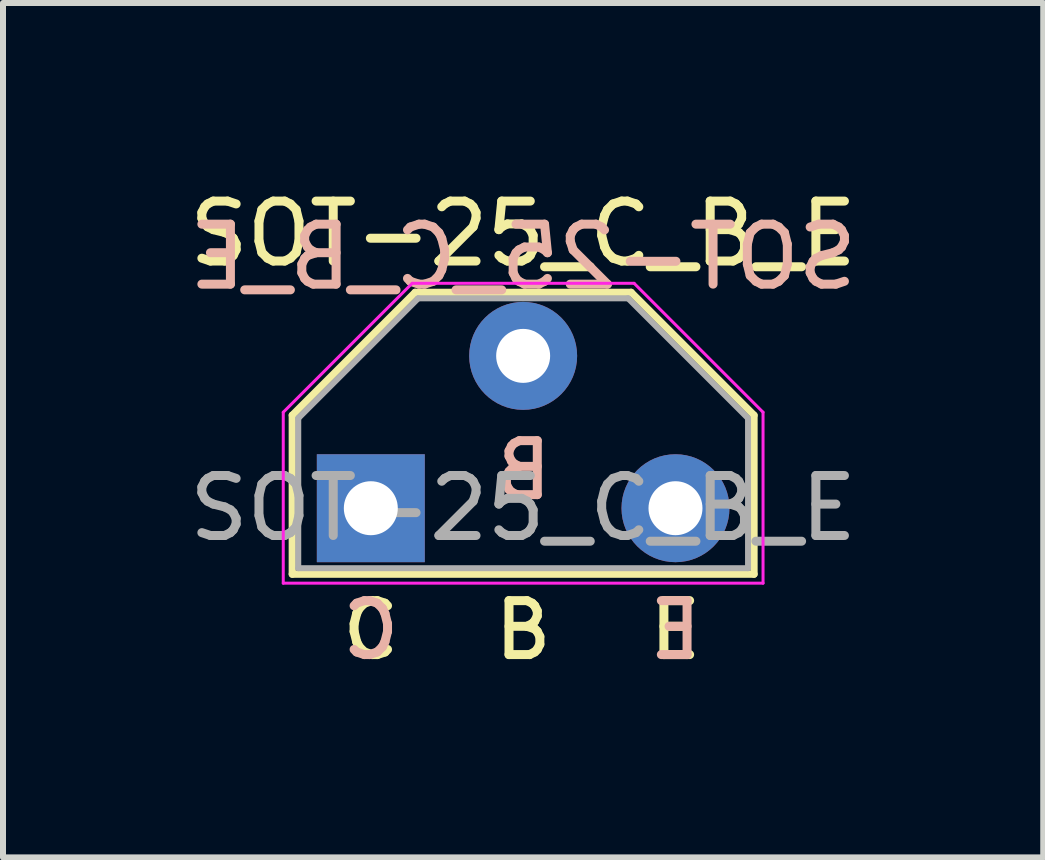
<source format=kicad_pcb>
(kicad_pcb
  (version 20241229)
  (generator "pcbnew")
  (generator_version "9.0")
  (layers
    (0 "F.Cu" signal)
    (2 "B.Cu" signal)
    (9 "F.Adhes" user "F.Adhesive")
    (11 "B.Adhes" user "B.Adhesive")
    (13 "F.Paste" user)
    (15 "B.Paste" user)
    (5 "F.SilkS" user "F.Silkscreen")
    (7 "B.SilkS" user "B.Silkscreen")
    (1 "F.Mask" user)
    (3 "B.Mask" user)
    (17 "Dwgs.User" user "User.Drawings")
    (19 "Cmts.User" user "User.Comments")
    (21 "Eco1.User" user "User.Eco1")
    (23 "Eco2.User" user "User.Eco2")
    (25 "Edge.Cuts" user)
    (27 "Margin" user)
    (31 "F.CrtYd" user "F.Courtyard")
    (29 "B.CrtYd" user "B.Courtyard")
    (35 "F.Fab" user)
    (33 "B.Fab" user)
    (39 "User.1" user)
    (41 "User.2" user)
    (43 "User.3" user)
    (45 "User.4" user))
  (footprint "SOT-25_C_B_E"
    (layer "F.Cu")
    (at 3.133 5.424)
    (property "Reference" "SOT-25_C_B_E" (at 2.54 -4.576 0) (layer "F.SilkS") (effects (font (size 1 1) (thickness 0.15))))
    (attr through_hole)
    (fp_line (start -1.31 -1.55) (end -1.31 1.1) (stroke (width 0.12) (type default)) (layer "F.SilkS"))
    (fp_line (start -1.31 1.1) (end 6.39 1.1) (stroke (width 0.12) (type default)) (layer "F.SilkS"))
    (fp_line (start 0.74 -3.6) (end -1.31 -1.55) (stroke (width 0.12) (type default)) (layer "F.SilkS"))
    (fp_line (start 4.34 -3.6) (end 0.74 -3.6) (stroke (width 0.12) (type default)) (layer "F.SilkS"))
    (fp_line (start 6.39 -1.55) (end 4.34 -3.6) (stroke (width 0.12) (type default)) (layer "F.SilkS"))
    (fp_line (start 6.39 1.1) (end 6.39 -1.55) (stroke (width 0.12) (type default)) (layer "F.SilkS"))
    (fp_line (start -1.46 -1.6) (end -1.46 1.25) (stroke (width 0.05) (type default)) (layer "F.CrtYd"))
    (fp_line (start -1.46 1.25) (end 6.54 1.25) (stroke (width 0.05) (type default)) (layer "F.CrtYd"))
    (fp_line (start 0.69 -3.75) (end -1.46 -1.6) (stroke (width 0.05) (type default)) (layer "F.CrtYd"))
    (fp_line (start 4.39 -3.75) (end 0.69 -3.75) (stroke (width 0.05) (type default)) (layer "F.CrtYd"))
    (fp_line (start 6.54 -1.6) (end 4.39 -3.75) (stroke (width 0.05) (type default)) (layer "F.CrtYd"))
    (fp_line (start 6.54 1.25) (end 6.54 -1.6) (stroke (width 0.05) (type default)) (layer "F.CrtYd"))
    (fp_line (start -1.21 1) (end -1.21 -1.5) (stroke (width 0.1) (type default)) (layer "F.Fab"))
    (fp_line (start -1.21 1) (end 6.29 1) (stroke (width 0.1) (type default)) (layer "F.Fab"))
    (fp_line (start 0.79 -3.5) (end -1.21 -1.5) (stroke (width 0.1) (type default)) (layer "F.Fab"))
    (fp_line (start 0.79 -3.5) (end 4.29 -3.5) (stroke (width 0.1) (type default)) (layer "F.Fab"))
    (fp_line (start 4.29 -3.5) (end 6.29 -1.5) (stroke (width 0.1) (type default)) (layer "F.Fab"))
    (fp_line (start 6.29 1) (end 6.29 -1.5) (stroke (width 0.1) (type default)) (layer "F.Fab"))
    (fp_text user "C" (at 0 2.032 0) (unlocked yes) (layer "F.SilkS") (effects (font (size 0.9 0.9) (thickness 0.15))))
    (fp_text user "B" (at 2.54 2.032 0) (unlocked yes) (layer "F.SilkS") (effects (font (size 0.9 0.9) (thickness 0.15))))
    (fp_text user "E" (at 5.08 2.032 0) (unlocked yes) (layer "F.SilkS") (effects (font (size 0.9 0.9) (thickness 0.15))))
    (fp_text user "B" (at 2.54 -0.635 0) (unlocked yes) (layer "B.SilkS") (effects (font (size 0.9 0.9) (thickness 0.15)) (justify mirror)))
    (fp_text user "E" (at 5.08 2.032 0) (unlocked yes) (layer "B.SilkS") (effects (font (size 0.9 0.9) (thickness 0.15)) (justify mirror)))
    (fp_text user "${REFERENCE}" (at 2.54 -4.191 0) (layer "B.SilkS") (effects (font (size 1 1) (thickness 0.15)) (justify mirror)))
    (fp_text user "C" (at 0 2.032 0) (unlocked yes) (layer "B.SilkS") (effects (font (size 0.9 0.9) (thickness 0.15)) (justify mirror)))
    (fp_text user "${REFERENCE}" (at 2.54 0 0) (layer "F.Fab") (effects (font (size 1 1) (thickness 0.15))))
    (pad "1" thru_hole rect (at 0 0 90) (size 1.8 1.8) (drill 0.9) (layers "*.Cu" "*.Mask"))
    (pad "2" thru_hole circle (at 2.54 -2.54 90) (size 1.8 1.8) (drill 0.9) (layers "*.Cu" "*.Mask"))
    (pad "3" thru_hole circle (at 5.08 0 90) (size 1.8 1.8) (drill 0.9) (layers "*.Cu" "*.Mask")))
  (gr_rect
    (start -3 -3)
    (end 14.345 11.246)
    (stroke (width 0.1) (type default))
    (fill no)
    (layer "Edge.Cuts")))
</source>
